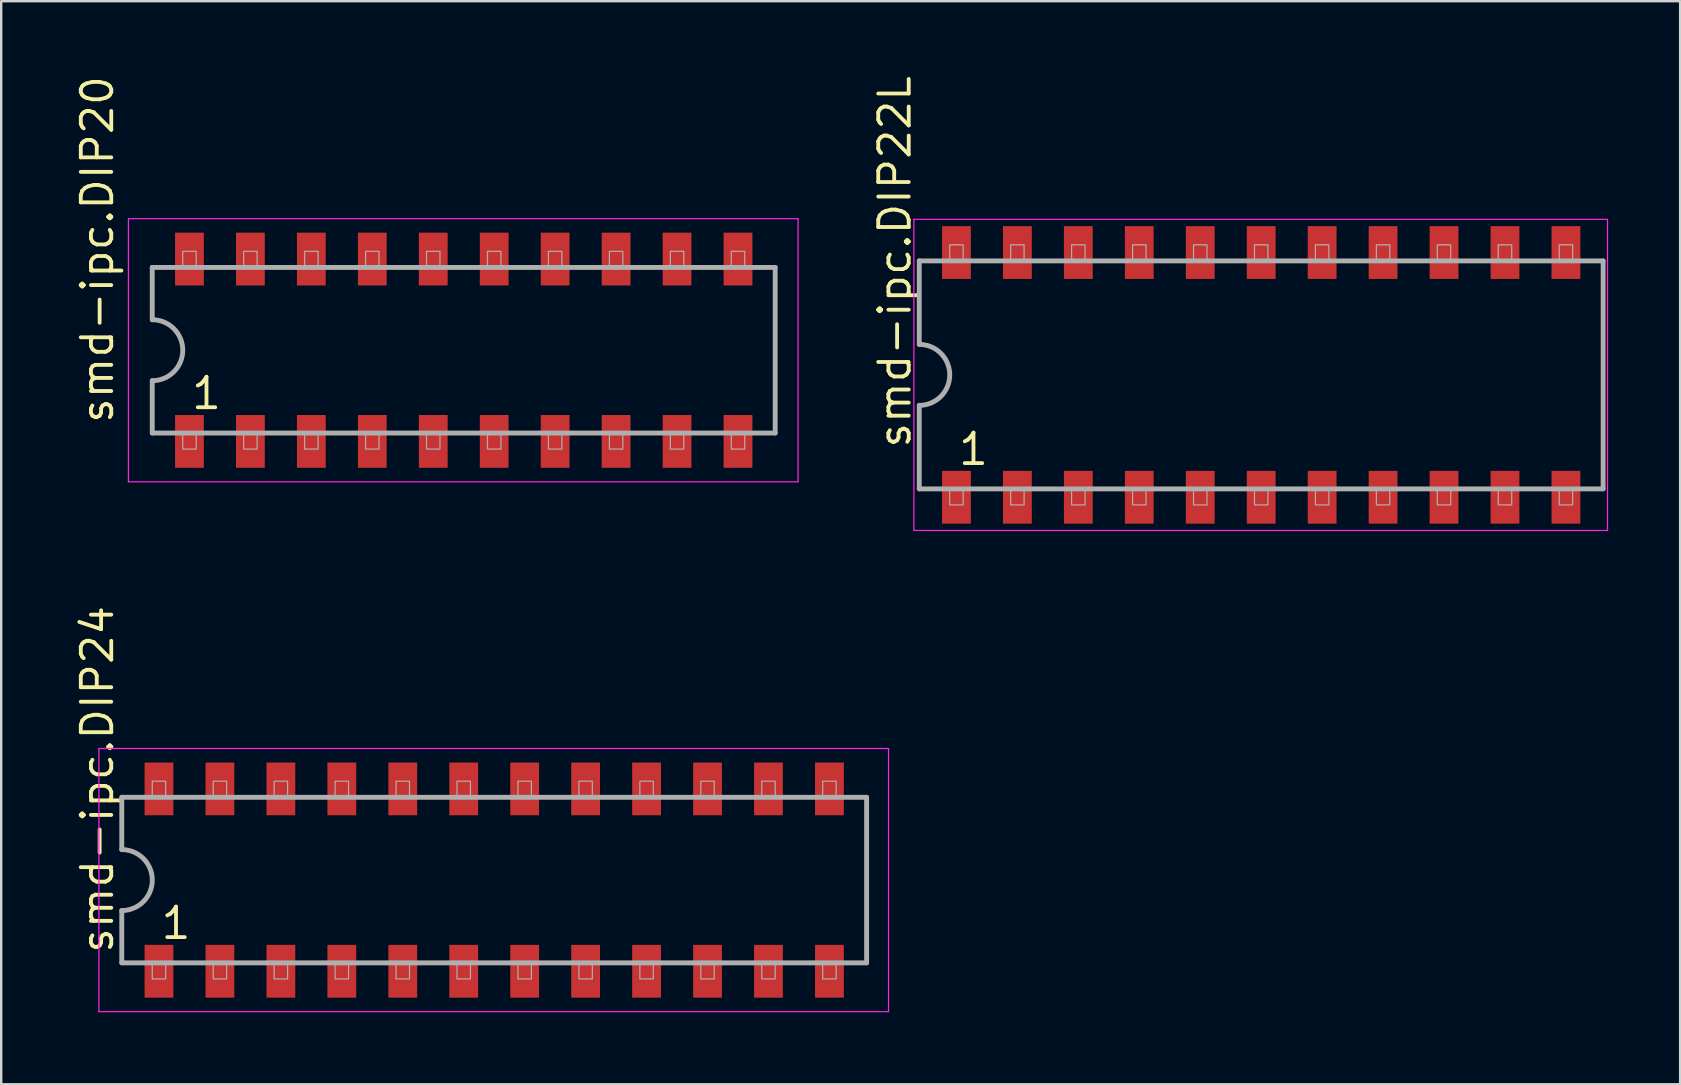
<source format=kicad_pcb>
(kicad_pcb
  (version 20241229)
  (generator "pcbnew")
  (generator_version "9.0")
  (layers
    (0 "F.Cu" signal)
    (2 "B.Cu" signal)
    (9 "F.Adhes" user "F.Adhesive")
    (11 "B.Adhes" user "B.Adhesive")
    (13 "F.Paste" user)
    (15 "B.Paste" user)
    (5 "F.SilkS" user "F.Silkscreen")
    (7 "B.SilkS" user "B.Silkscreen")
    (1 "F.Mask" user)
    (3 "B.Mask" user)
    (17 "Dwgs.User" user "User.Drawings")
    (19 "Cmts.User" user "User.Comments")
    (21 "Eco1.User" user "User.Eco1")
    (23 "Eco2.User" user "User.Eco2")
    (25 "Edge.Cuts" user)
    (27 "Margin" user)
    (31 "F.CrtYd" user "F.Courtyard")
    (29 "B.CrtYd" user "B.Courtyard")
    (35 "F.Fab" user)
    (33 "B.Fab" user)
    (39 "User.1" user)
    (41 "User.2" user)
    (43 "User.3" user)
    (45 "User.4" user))
  (footprint "smd-ipc.DIP20"
    (layer "F.Cu")
    (at 16.275 11.545)
    (property "Reference" "smd-ipc.DIP20" (at -14.525 3.135 90) (layer "F.SilkS") (effects (font (size 1.27 1.27) (thickness 0.16)) (justify left bottom)))
    (attr smd)
    (fp_line (start -13.973 -5.483) (end 13.933 -5.483) (stroke (width 0.051) (type default)) (layer "F.CrtYd"))
    (fp_line (start -13.973 5.483) (end -13.973 -5.483) (stroke (width 0.051) (type default)) (layer "F.CrtYd"))
    (fp_line (start 13.933 -5.483) (end 13.933 5.483) (stroke (width 0.051) (type default)) (layer "F.CrtYd"))
    (fp_line (start 13.933 5.483) (end -13.973 5.483) (stroke (width 0.051) (type default)) (layer "F.CrtYd"))
    (fp_line (start -12.98 -3.45) (end -12.98 -1.27) (stroke (width 0.203) (type default)) (layer "F.Fab"))
    (fp_line (start -12.98 1.27) (end -12.98 3.45) (stroke (width 0.203) (type default)) (layer "F.Fab"))
    (fp_line (start -12.98 3.45) (end 12.98 3.45) (stroke (width 0.203) (type default)) (layer "F.Fab"))
    (fp_line (start 12.98 -3.45) (end -12.98 -3.45) (stroke (width 0.203) (type default)) (layer "F.Fab"))
    (fp_line (start 12.98 3.45) (end 12.98 -3.45) (stroke (width 0.203) (type default)) (layer "F.Fab"))
    (fp_rect (start -11.71 -3.45) (end -11.15 -4.12) (stroke (width 0.05) (type default)) (fill no) (layer "F.Fab"))
    (fp_rect (start -11.71 4.12) (end -11.15 3.45) (stroke (width 0.05) (type default)) (fill no) (layer "F.Fab"))
    (fp_rect (start -9.17 -3.45) (end -8.61 -4.12) (stroke (width 0.05) (type default)) (fill no) (layer "F.Fab"))
    (fp_rect (start -9.17 4.12) (end -8.61 3.45) (stroke (width 0.05) (type default)) (fill no) (layer "F.Fab"))
    (fp_rect (start -6.63 -3.45) (end -6.07 -4.12) (stroke (width 0.05) (type default)) (fill no) (layer "F.Fab"))
    (fp_rect (start -6.63 4.12) (end -6.07 3.45) (stroke (width 0.05) (type default)) (fill no) (layer "F.Fab"))
    (fp_rect (start -4.09 -3.45) (end -3.53 -4.12) (stroke (width 0.05) (type default)) (fill no) (layer "F.Fab"))
    (fp_rect (start -4.09 4.12) (end -3.53 3.45) (stroke (width 0.05) (type default)) (fill no) (layer "F.Fab"))
    (fp_rect (start -1.55 -3.45) (end -0.99 -4.12) (stroke (width 0.05) (type default)) (fill no) (layer "F.Fab"))
    (fp_rect (start -1.55 4.12) (end -0.99 3.45) (stroke (width 0.05) (type default)) (fill no) (layer "F.Fab"))
    (fp_rect (start 0.99 -3.45) (end 1.55 -4.12) (stroke (width 0.05) (type default)) (fill no) (layer "F.Fab"))
    (fp_rect (start 0.99 4.12) (end 1.55 3.45) (stroke (width 0.05) (type default)) (fill no) (layer "F.Fab"))
    (fp_rect (start 3.53 -3.45) (end 4.09 -4.12) (stroke (width 0.05) (type default)) (fill no) (layer "F.Fab"))
    (fp_rect (start 3.53 4.12) (end 4.09 3.45) (stroke (width 0.05) (type default)) (fill no) (layer "F.Fab"))
    (fp_rect (start 6.07 -3.45) (end 6.63 -4.12) (stroke (width 0.05) (type default)) (fill no) (layer "F.Fab"))
    (fp_rect (start 6.07 4.12) (end 6.63 3.45) (stroke (width 0.05) (type default)) (fill no) (layer "F.Fab"))
    (fp_rect (start 8.61 -3.45) (end 9.17 -4.12) (stroke (width 0.05) (type default)) (fill no) (layer "F.Fab"))
    (fp_rect (start 8.61 4.12) (end 9.17 3.45) (stroke (width 0.05) (type default)) (fill no) (layer "F.Fab"))
    (fp_rect (start 11.15 -3.45) (end 11.71 -4.12) (stroke (width 0.05) (type default)) (fill no) (layer "F.Fab"))
    (fp_rect (start 11.15 4.12) (end 11.71 3.45) (stroke (width 0.05) (type default)) (fill no) (layer "F.Fab"))
    (fp_arc (start -12.9784 -1.27) (mid -11.7084 0) (end -12.9784 1.27) (stroke (width 0.2032) (type default)) (layer "F.Fab"))
    (fp_text user "1" (at -11.43 2.54 0) (layer "F.SilkS") (effects (font (size 1.27 1.27) (thickness 0.16)) (justify left bottom)))
    (pad "1" smd roundrect (at -11.43 3.8) (size 1.2 2.2) (layers "F.Cu" "F.Mask" "F.Paste") (roundrect_rratio 0.01))
    (pad "2" smd roundrect (at -8.89 3.8) (size 1.2 2.2) (layers "F.Cu" "F.Mask" "F.Paste") (roundrect_rratio 0.01))
    (pad "3" smd roundrect (at -6.35 3.8) (size 1.2 2.2) (layers "F.Cu" "F.Mask" "F.Paste") (roundrect_rratio 0.01))
    (pad "4" smd roundrect (at -3.81 3.8) (size 1.2 2.2) (layers "F.Cu" "F.Mask" "F.Paste") (roundrect_rratio 0.01))
    (pad "5" smd roundrect (at -1.27 3.8) (size 1.2 2.2) (layers "F.Cu" "F.Mask" "F.Paste") (roundrect_rratio 0.01))
    (pad "6" smd roundrect (at 1.27 3.8) (size 1.2 2.2) (layers "F.Cu" "F.Mask" "F.Paste") (roundrect_rratio 0.01))
    (pad "7" smd roundrect (at 3.81 3.8) (size 1.2 2.2) (layers "F.Cu" "F.Mask" "F.Paste") (roundrect_rratio 0.01))
    (pad "8" smd roundrect (at 6.35 3.8) (size 1.2 2.2) (layers "F.Cu" "F.Mask" "F.Paste") (roundrect_rratio 0.01))
    (pad "9" smd roundrect (at 8.89 3.8) (size 1.2 2.2) (layers "F.Cu" "F.Mask" "F.Paste") (roundrect_rratio 0.01))
    (pad "10" smd roundrect (at 11.43 3.8) (size 1.2 2.2) (layers "F.Cu" "F.Mask" "F.Paste") (roundrect_rratio 0.01))
    (pad "11" smd roundrect (at 11.43 -3.8) (size 1.2 2.2) (layers "F.Cu" "F.Mask" "F.Paste") (roundrect_rratio 0.01))
    (pad "12" smd roundrect (at 8.89 -3.8) (size 1.2 2.2) (layers "F.Cu" "F.Mask" "F.Paste") (roundrect_rratio 0.01))
    (pad "13" smd roundrect (at 6.35 -3.8) (size 1.2 2.2) (layers "F.Cu" "F.Mask" "F.Paste") (roundrect_rratio 0.01))
    (pad "14" smd roundrect (at 3.81 -3.8) (size 1.2 2.2) (layers "F.Cu" "F.Mask" "F.Paste") (roundrect_rratio 0.01))
    (pad "15" smd roundrect (at 1.27 -3.8) (size 1.2 2.2) (layers "F.Cu" "F.Mask" "F.Paste") (roundrect_rratio 0.01))
    (pad "16" smd roundrect (at -1.27 -3.8) (size 1.2 2.2) (layers "F.Cu" "F.Mask" "F.Paste") (roundrect_rratio 0.01))
    (pad "17" smd roundrect (at -3.81 -3.8) (size 1.2 2.2) (layers "F.Cu" "F.Mask" "F.Paste") (roundrect_rratio 0.01))
    (pad "18" smd roundrect (at -6.35 -3.8) (size 1.2 2.2) (layers "F.Cu" "F.Mask" "F.Paste") (roundrect_rratio 0.01))
    (pad "19" smd roundrect (at -8.89 -3.8) (size 1.2 2.2) (layers "F.Cu" "F.Mask" "F.Paste") (roundrect_rratio 0.01))
    (pad "20" smd roundrect (at -11.43 -3.8) (size 1.2 2.2) (layers "F.Cu" "F.Mask" "F.Paste") (roundrect_rratio 0.01)))
  (footprint "smd-ipc.DIP24"
    (layer "F.Cu")
    (at 17.545 33.626)
    (property "Reference" "smd-ipc.DIP24" (at -15.795 3.135 90) (layer "F.SilkS") (effects (font (size 1.27 1.27) (thickness 0.16)) (justify left bottom)))
    (attr smd)
    (fp_line (start -16.473 -5.483) (end 16.433 -5.483) (stroke (width 0.051) (type default)) (layer "F.CrtYd"))
    (fp_line (start -16.473 5.483) (end -16.473 -5.483) (stroke (width 0.051) (type default)) (layer "F.CrtYd"))
    (fp_line (start 16.433 -5.483) (end 16.433 5.483) (stroke (width 0.051) (type default)) (layer "F.CrtYd"))
    (fp_line (start 16.433 5.483) (end -16.473 5.483) (stroke (width 0.051) (type default)) (layer "F.CrtYd"))
    (fp_line (start -15.52 -3.45) (end -15.52 -1.27) (stroke (width 0.203) (type default)) (layer "F.Fab"))
    (fp_line (start -15.52 1.27) (end -15.52 3.45) (stroke (width 0.203) (type default)) (layer "F.Fab"))
    (fp_line (start -15.52 3.45) (end 15.52 3.45) (stroke (width 0.203) (type default)) (layer "F.Fab"))
    (fp_line (start 15.52 -3.45) (end -15.52 -3.45) (stroke (width 0.203) (type default)) (layer "F.Fab"))
    (fp_line (start 15.52 3.45) (end 15.52 -3.45) (stroke (width 0.203) (type default)) (layer "F.Fab"))
    (fp_rect (start -14.25 -3.45) (end -13.69 -4.12) (stroke (width 0.05) (type default)) (fill no) (layer "F.Fab"))
    (fp_rect (start -14.25 4.12) (end -13.69 3.45) (stroke (width 0.05) (type default)) (fill no) (layer "F.Fab"))
    (fp_rect (start -11.71 -3.45) (end -11.15 -4.12) (stroke (width 0.05) (type default)) (fill no) (layer "F.Fab"))
    (fp_rect (start -11.71 4.12) (end -11.15 3.45) (stroke (width 0.05) (type default)) (fill no) (layer "F.Fab"))
    (fp_rect (start -9.17 -3.45) (end -8.61 -4.12) (stroke (width 0.05) (type default)) (fill no) (layer "F.Fab"))
    (fp_rect (start -9.17 4.12) (end -8.61 3.45) (stroke (width 0.05) (type default)) (fill no) (layer "F.Fab"))
    (fp_rect (start -6.63 -3.45) (end -6.07 -4.12) (stroke (width 0.05) (type default)) (fill no) (layer "F.Fab"))
    (fp_rect (start -6.63 4.12) (end -6.07 3.45) (stroke (width 0.05) (type default)) (fill no) (layer "F.Fab"))
    (fp_rect (start -4.09 -3.45) (end -3.53 -4.12) (stroke (width 0.05) (type default)) (fill no) (layer "F.Fab"))
    (fp_rect (start -4.09 4.12) (end -3.53 3.45) (stroke (width 0.05) (type default)) (fill no) (layer "F.Fab"))
    (fp_rect (start -1.55 -3.45) (end -0.99 -4.12) (stroke (width 0.05) (type default)) (fill no) (layer "F.Fab"))
    (fp_rect (start -1.55 4.12) (end -0.99 3.45) (stroke (width 0.05) (type default)) (fill no) (layer "F.Fab"))
    (fp_rect (start 0.99 -3.45) (end 1.55 -4.12) (stroke (width 0.05) (type default)) (fill no) (layer "F.Fab"))
    (fp_rect (start 0.99 4.12) (end 1.55 3.45) (stroke (width 0.05) (type default)) (fill no) (layer "F.Fab"))
    (fp_rect (start 3.53 -3.45) (end 4.09 -4.12) (stroke (width 0.05) (type default)) (fill no) (layer "F.Fab"))
    (fp_rect (start 3.53 4.12) (end 4.09 3.45) (stroke (width 0.05) (type default)) (fill no) (layer "F.Fab"))
    (fp_rect (start 6.07 -3.45) (end 6.63 -4.12) (stroke (width 0.05) (type default)) (fill no) (layer "F.Fab"))
    (fp_rect (start 6.07 4.12) (end 6.63 3.45) (stroke (width 0.05) (type default)) (fill no) (layer "F.Fab"))
    (fp_rect (start 8.61 -3.45) (end 9.17 -4.12) (stroke (width 0.05) (type default)) (fill no) (layer "F.Fab"))
    (fp_rect (start 8.61 4.12) (end 9.17 3.45) (stroke (width 0.05) (type default)) (fill no) (layer "F.Fab"))
    (fp_rect (start 11.15 -3.45) (end 11.71 -4.12) (stroke (width 0.05) (type default)) (fill no) (layer "F.Fab"))
    (fp_rect (start 11.15 4.12) (end 11.71 3.45) (stroke (width 0.05) (type default)) (fill no) (layer "F.Fab"))
    (fp_rect (start 13.69 -3.45) (end 14.25 -4.12) (stroke (width 0.05) (type default)) (fill no) (layer "F.Fab"))
    (fp_rect (start 13.69 4.12) (end 14.25 3.45) (stroke (width 0.05) (type default)) (fill no) (layer "F.Fab"))
    (fp_arc (start -15.5184 -1.27) (mid -14.2484 0) (end -15.5184 1.27) (stroke (width 0.2032) (type default)) (layer "F.Fab"))
    (fp_text user "1" (at -13.97 2.54 0) (layer "F.SilkS") (effects (font (size 1.27 1.27) (thickness 0.16)) (justify left bottom)))
    (pad "1" smd roundrect (at -13.97 3.8) (size 1.2 2.2) (layers "F.Cu" "F.Mask" "F.Paste") (roundrect_rratio 0.01))
    (pad "2" smd roundrect (at -11.43 3.8) (size 1.2 2.2) (layers "F.Cu" "F.Mask" "F.Paste") (roundrect_rratio 0.01))
    (pad "3" smd roundrect (at -8.89 3.8) (size 1.2 2.2) (layers "F.Cu" "F.Mask" "F.Paste") (roundrect_rratio 0.01))
    (pad "4" smd roundrect (at -6.35 3.8) (size 1.2 2.2) (layers "F.Cu" "F.Mask" "F.Paste") (roundrect_rratio 0.01))
    (pad "5" smd roundrect (at -3.81 3.8) (size 1.2 2.2) (layers "F.Cu" "F.Mask" "F.Paste") (roundrect_rratio 0.01))
    (pad "6" smd roundrect (at -1.27 3.8) (size 1.2 2.2) (layers "F.Cu" "F.Mask" "F.Paste") (roundrect_rratio 0.01))
    (pad "7" smd roundrect (at 1.27 3.8) (size 1.2 2.2) (layers "F.Cu" "F.Mask" "F.Paste") (roundrect_rratio 0.01))
    (pad "8" smd roundrect (at 3.81 3.8) (size 1.2 2.2) (layers "F.Cu" "F.Mask" "F.Paste") (roundrect_rratio 0.01))
    (pad "9" smd roundrect (at 6.35 3.8) (size 1.2 2.2) (layers "F.Cu" "F.Mask" "F.Paste") (roundrect_rratio 0.01))
    (pad "10" smd roundrect (at 8.89 3.8) (size 1.2 2.2) (layers "F.Cu" "F.Mask" "F.Paste") (roundrect_rratio 0.01))
    (pad "11" smd roundrect (at 11.43 3.8) (size 1.2 2.2) (layers "F.Cu" "F.Mask" "F.Paste") (roundrect_rratio 0.01))
    (pad "12" smd roundrect (at 13.97 3.8) (size 1.2 2.2) (layers "F.Cu" "F.Mask" "F.Paste") (roundrect_rratio 0.01))
    (pad "13" smd roundrect (at 13.97 -3.8) (size 1.2 2.2) (layers "F.Cu" "F.Mask" "F.Paste") (roundrect_rratio 0.01))
    (pad "14" smd roundrect (at 11.43 -3.8) (size 1.2 2.2) (layers "F.Cu" "F.Mask" "F.Paste") (roundrect_rratio 0.01))
    (pad "15" smd roundrect (at 8.89 -3.8) (size 1.2 2.2) (layers "F.Cu" "F.Mask" "F.Paste") (roundrect_rratio 0.01))
    (pad "16" smd roundrect (at 6.35 -3.8) (size 1.2 2.2) (layers "F.Cu" "F.Mask" "F.Paste") (roundrect_rratio 0.01))
    (pad "17" smd roundrect (at 3.81 -3.8) (size 1.2 2.2) (layers "F.Cu" "F.Mask" "F.Paste") (roundrect_rratio 0.01))
    (pad "18" smd roundrect (at 1.27 -3.8) (size 1.2 2.2) (layers "F.Cu" "F.Mask" "F.Paste") (roundrect_rratio 0.01))
    (pad "19" smd roundrect (at -1.27 -3.8) (size 1.2 2.2) (layers "F.Cu" "F.Mask" "F.Paste") (roundrect_rratio 0.01))
    (pad "20" smd roundrect (at -3.81 -3.8) (size 1.2 2.2) (layers "F.Cu" "F.Mask" "F.Paste") (roundrect_rratio 0.01))
    (pad "21" smd roundrect (at -6.35 -3.8) (size 1.2 2.2) (layers "F.Cu" "F.Mask" "F.Paste") (roundrect_rratio 0.01))
    (pad "22" smd roundrect (at -8.89 -3.8) (size 1.2 2.2) (layers "F.Cu" "F.Mask" "F.Paste") (roundrect_rratio 0.01))
    (pad "23" smd roundrect (at -11.43 -3.8) (size 1.2 2.2) (layers "F.Cu" "F.Mask" "F.Paste") (roundrect_rratio 0.01))
    (pad "24" smd roundrect (at -13.97 -3.8) (size 1.2 2.2) (layers "F.Cu" "F.Mask" "F.Paste") (roundrect_rratio 0.01)))
  (footprint "smd-ipc.DIP22L"
    (layer "F.Cu")
    (at 49.508 12.573)
    (property "Reference" "smd-ipc.DIP22L" (at -14.525 3.135 90) (layer "F.SilkS") (effects (font (size 1.27 1.27) (thickness 0.16)) (justify left bottom)))
    (attr smd)
    (fp_line (start -14.473 -6.483) (end 14.433 -6.483) (stroke (width 0.051) (type default)) (layer "F.CrtYd"))
    (fp_line (start -14.473 6.483) (end -14.473 -6.483) (stroke (width 0.051) (type default)) (layer "F.CrtYd"))
    (fp_line (start 14.433 -6.483) (end 14.433 6.483) (stroke (width 0.051) (type default)) (layer "F.CrtYd"))
    (fp_line (start 14.433 6.483) (end -14.473 6.483) (stroke (width 0.051) (type default)) (layer "F.CrtYd"))
    (fp_line (start -14.25 -4.75) (end -14.25 -1.27) (stroke (width 0.203) (type default)) (layer "F.Fab"))
    (fp_line (start -14.25 1.27) (end -14.25 4.75) (stroke (width 0.203) (type default)) (layer "F.Fab"))
    (fp_line (start -14.25 4.75) (end 14.25 4.75) (stroke (width 0.203) (type default)) (layer "F.Fab"))
    (fp_line (start 14.25 -4.75) (end -14.25 -4.75) (stroke (width 0.203) (type default)) (layer "F.Fab"))
    (fp_line (start 14.25 4.75) (end 14.25 -4.75) (stroke (width 0.203) (type default)) (layer "F.Fab"))
    (fp_rect (start -12.98 -4.75) (end -12.42 -5.42) (stroke (width 0.05) (type default)) (fill no) (layer "F.Fab"))
    (fp_rect (start -12.98 5.42) (end -12.42 4.75) (stroke (width 0.05) (type default)) (fill no) (layer "F.Fab"))
    (fp_rect (start -10.44 -4.75) (end -9.88 -5.42) (stroke (width 0.05) (type default)) (fill no) (layer "F.Fab"))
    (fp_rect (start -10.44 5.42) (end -9.88 4.75) (stroke (width 0.05) (type default)) (fill no) (layer "F.Fab"))
    (fp_rect (start -7.9 -4.75) (end -7.34 -5.42) (stroke (width 0.05) (type default)) (fill no) (layer "F.Fab"))
    (fp_rect (start -7.9 5.42) (end -7.34 4.75) (stroke (width 0.05) (type default)) (fill no) (layer "F.Fab"))
    (fp_rect (start -5.36 -4.75) (end -4.8 -5.42) (stroke (width 0.05) (type default)) (fill no) (layer "F.Fab"))
    (fp_rect (start -5.36 5.42) (end -4.8 4.75) (stroke (width 0.05) (type default)) (fill no) (layer "F.Fab"))
    (fp_rect (start -2.82 -4.75) (end -2.26 -5.42) (stroke (width 0.05) (type default)) (fill no) (layer "F.Fab"))
    (fp_rect (start -2.82 5.42) (end -2.26 4.75) (stroke (width 0.05) (type default)) (fill no) (layer "F.Fab"))
    (fp_rect (start -0.28 -4.75) (end 0.28 -5.42) (stroke (width 0.05) (type default)) (fill no) (layer "F.Fab"))
    (fp_rect (start -0.28 5.42) (end 0.28 4.75) (stroke (width 0.05) (type default)) (fill no) (layer "F.Fab"))
    (fp_rect (start 2.26 -4.75) (end 2.82 -5.42) (stroke (width 0.05) (type default)) (fill no) (layer "F.Fab"))
    (fp_rect (start 2.26 5.42) (end 2.82 4.75) (stroke (width 0.05) (type default)) (fill no) (layer "F.Fab"))
    (fp_rect (start 4.8 -4.75) (end 5.36 -5.42) (stroke (width 0.05) (type default)) (fill no) (layer "F.Fab"))
    (fp_rect (start 4.8 5.42) (end 5.36 4.75) (stroke (width 0.05) (type default)) (fill no) (layer "F.Fab"))
    (fp_rect (start 7.34 -4.75) (end 7.9 -5.42) (stroke (width 0.05) (type default)) (fill no) (layer "F.Fab"))
    (fp_rect (start 7.34 5.42) (end 7.9 4.75) (stroke (width 0.05) (type default)) (fill no) (layer "F.Fab"))
    (fp_rect (start 9.88 -4.75) (end 10.44 -5.42) (stroke (width 0.05) (type default)) (fill no) (layer "F.Fab"))
    (fp_rect (start 9.88 5.42) (end 10.44 4.75) (stroke (width 0.05) (type default)) (fill no) (layer "F.Fab"))
    (fp_rect (start 12.42 -4.75) (end 12.98 -5.42) (stroke (width 0.05) (type default)) (fill no) (layer "F.Fab"))
    (fp_rect (start 12.42 5.42) (end 12.98 4.75) (stroke (width 0.05) (type default)) (fill no) (layer "F.Fab"))
    (fp_arc (start -14.2484 -1.27) (mid -12.9784 0) (end -14.2484 1.27) (stroke (width 0.2032) (type default)) (layer "F.Fab"))
    (fp_text user "1" (at -12.7 3.84 0) (layer "F.SilkS") (effects (font (size 1.27 1.27) (thickness 0.16)) (justify left bottom)))
    (pad "1" smd roundrect (at -12.7 5.1) (size 1.2 2.2) (layers "F.Cu" "F.Mask" "F.Paste") (roundrect_rratio 0.01))
    (pad "2" smd roundrect (at -10.16 5.1) (size 1.2 2.2) (layers "F.Cu" "F.Mask" "F.Paste") (roundrect_rratio 0.01))
    (pad "3" smd roundrect (at -7.62 5.1) (size 1.2 2.2) (layers "F.Cu" "F.Mask" "F.Paste") (roundrect_rratio 0.01))
    (pad "4" smd roundrect (at -5.08 5.1) (size 1.2 2.2) (layers "F.Cu" "F.Mask" "F.Paste") (roundrect_rratio 0.01))
    (pad "5" smd roundrect (at -2.54 5.1) (size 1.2 2.2) (layers "F.Cu" "F.Mask" "F.Paste") (roundrect_rratio 0.01))
    (pad "6" smd roundrect (at 0 5.1) (size 1.2 2.2) (layers "F.Cu" "F.Mask" "F.Paste") (roundrect_rratio 0.01))
    (pad "7" smd roundrect (at 2.54 5.1) (size 1.2 2.2) (layers "F.Cu" "F.Mask" "F.Paste") (roundrect_rratio 0.01))
    (pad "8" smd roundrect (at 5.08 5.1) (size 1.2 2.2) (layers "F.Cu" "F.Mask" "F.Paste") (roundrect_rratio 0.01))
    (pad "9" smd roundrect (at 7.62 5.1) (size 1.2 2.2) (layers "F.Cu" "F.Mask" "F.Paste") (roundrect_rratio 0.01))
    (pad "10" smd roundrect (at 10.16 5.1) (size 1.2 2.2) (layers "F.Cu" "F.Mask" "F.Paste") (roundrect_rratio 0.01))
    (pad "11" smd roundrect (at 12.7 5.1) (size 1.2 2.2) (layers "F.Cu" "F.Mask" "F.Paste") (roundrect_rratio 0.01))
    (pad "12" smd roundrect (at 12.7 -5.1) (size 1.2 2.2) (layers "F.Cu" "F.Mask" "F.Paste") (roundrect_rratio 0.01))
    (pad "13" smd roundrect (at 10.16 -5.1) (size 1.2 2.2) (layers "F.Cu" "F.Mask" "F.Paste") (roundrect_rratio 0.01))
    (pad "14" smd roundrect (at 7.62 -5.1) (size 1.2 2.2) (layers "F.Cu" "F.Mask" "F.Paste") (roundrect_rratio 0.01))
    (pad "15" smd roundrect (at 5.08 -5.1) (size 1.2 2.2) (layers "F.Cu" "F.Mask" "F.Paste") (roundrect_rratio 0.01))
    (pad "16" smd roundrect (at 2.54 -5.1) (size 1.2 2.2) (layers "F.Cu" "F.Mask" "F.Paste") (roundrect_rratio 0.01))
    (pad "17" smd roundrect (at 0 -5.1) (size 1.2 2.2) (layers "F.Cu" "F.Mask" "F.Paste") (roundrect_rratio 0.01))
    (pad "18" smd roundrect (at -2.54 -5.1) (size 1.2 2.2) (layers "F.Cu" "F.Mask" "F.Paste") (roundrect_rratio 0.01))
    (pad "19" smd roundrect (at -5.08 -5.1) (size 1.2 2.2) (layers "F.Cu" "F.Mask" "F.Paste") (roundrect_rratio 0.01))
    (pad "20" smd roundrect (at -7.62 -5.1) (size 1.2 2.2) (layers "F.Cu" "F.Mask" "F.Paste") (roundrect_rratio 0.01))
    (pad "21" smd roundrect (at -10.16 -5.1) (size 1.2 2.2) (layers "F.Cu" "F.Mask" "F.Paste") (roundrect_rratio 0.01))
    (pad "22" smd roundrect (at -12.7 -5.1) (size 1.2 2.2) (layers "F.Cu" "F.Mask" "F.Paste") (roundrect_rratio 0.01)))
  (gr_rect
    (start -3 -3)
    (end 66.967 42.134)
    (stroke (width 0.1) (type default))
    (fill no)
    (layer "Edge.Cuts")))
</source>
